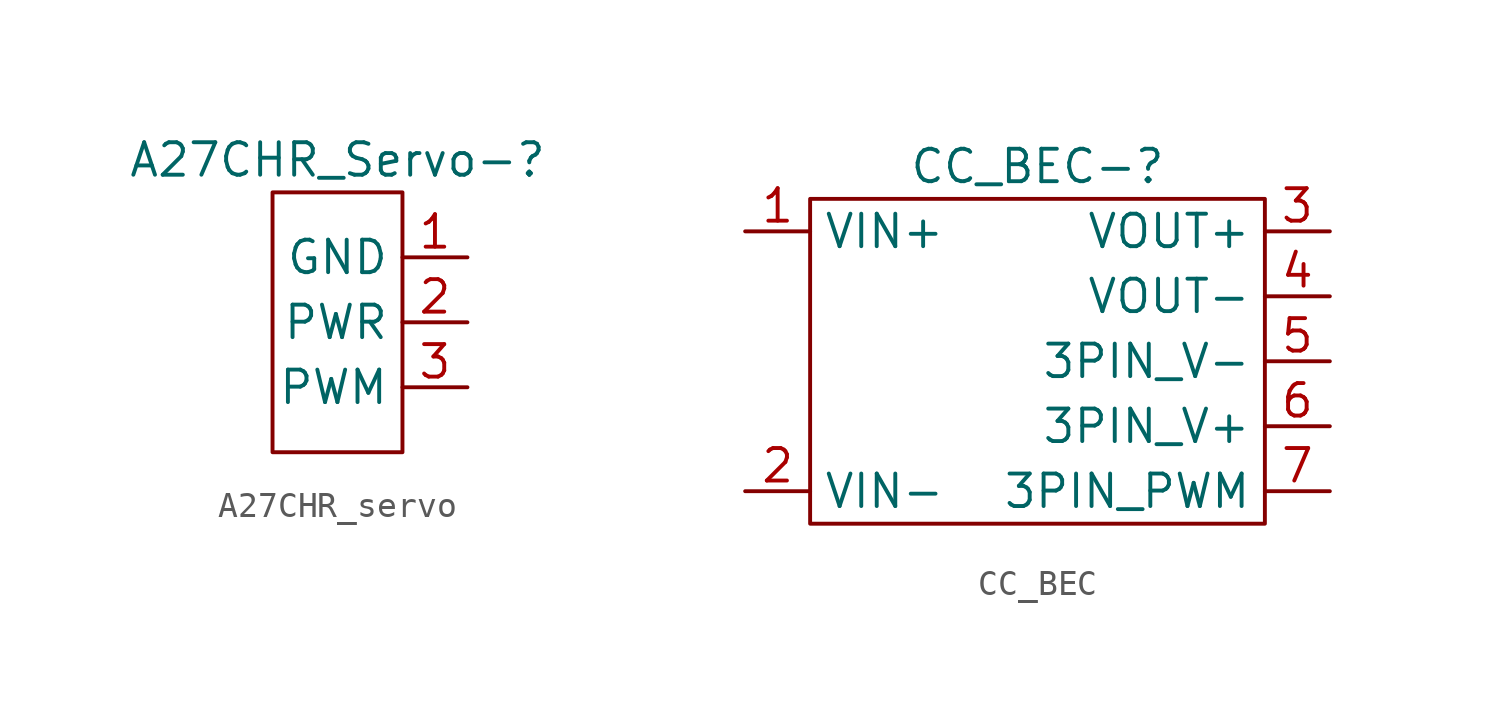
<source format=kicad_sym>
(kicad_symbol_lib
  (version 20231120)
  (generator "kicad_symbol_editor")
  (generator_version "8.0")
  (symbol "A27CHR_servo"
    (property "Reference" "A27CHR_Servo-"
      (at 0 0 0)
      (effects (font (size 1.27 1.27))))
    (property "Value" ""
      (at 0 0 0)
      (effects (font (size 1.27 1.27))))
    (symbol "A27CHR_servo_0_1"
      (rectangle (start -2.54 -1.27) (end 2.54 -11.43) (stroke (width 0) (type default)) (fill (type none))))
    (symbol "A27CHR_servo_1_1"
      (pin input line (at 5.08 -3.81 180) (length 2.54) (name "GND" (effects (font (size 1.27 1.27)))) (number "1" (effects (font (size 1.27 1.27)))))
      (pin input line (at 5.08 -6.35 180) (length 2.54) (name "PWR" (effects (font (size 1.27 1.27)))) (number "2" (effects (font (size 1.27 1.27)))))
      (pin input line (at 5.08 -8.89 180) (length 2.54) (name "PWM" (effects (font (size 1.27 1.27)))) (number "3" (effects (font (size 1.27 1.27)))))))
  (symbol "CC_BEC"
    (property "Reference" "CC_BEC-"
      (at 0 0 0)
      (effects (font (size 1.27 1.27))))
    (property "Value" ""
      (at 0 0 0)
      (effects (font (size 1.27 1.27))))
    (symbol "CC_BEC_0_1"
      (rectangle (start -8.89 -1.27) (end 8.89 -13.97) (stroke (width 0) (type default)) (fill (type none))))
    (symbol "CC_BEC_1_1"
      (pin input line (at -11.43 -2.54 0) (length 2.54) (name "VIN+" (effects (font (size 1.27 1.27)))) (number "1" (effects (font (size 1.27 1.27)))))
      (pin input line (at -11.43 -12.7 0) (length 2.54) (name "VIN-" (effects (font (size 1.27 1.27)))) (number "2" (effects (font (size 1.27 1.27)))))
      (pin input line (at 11.43 -2.54 180) (length 2.54) (name "VOUT+" (effects (font (size 1.27 1.27)))) (number "3" (effects (font (size 1.27 1.27)))))
      (pin input line (at 11.43 -5.08 180) (length 2.54) (name "VOUT-" (effects (font (size 1.27 1.27)))) (number "4" (effects (font (size 1.27 1.27)))))
      (pin input line (at 11.43 -7.62 180) (length 2.54) (name "3PIN_V-" (effects (font (size 1.27 1.27)))) (number "5" (effects (font (size 1.27 1.27)))))
      (pin input line (at 11.43 -10.16 180) (length 2.54) (name "3PIN_V+" (effects (font (size 1.27 1.27)))) (number "6" (effects (font (size 1.27 1.27)))))
      (pin input line (at 11.43 -12.7 180) (length 2.54) (name "3PIN_PWM" (effects (font (size 1.27 1.27)))) (number "7" (effects (font (size 1.27 1.27))))))))
</source>
